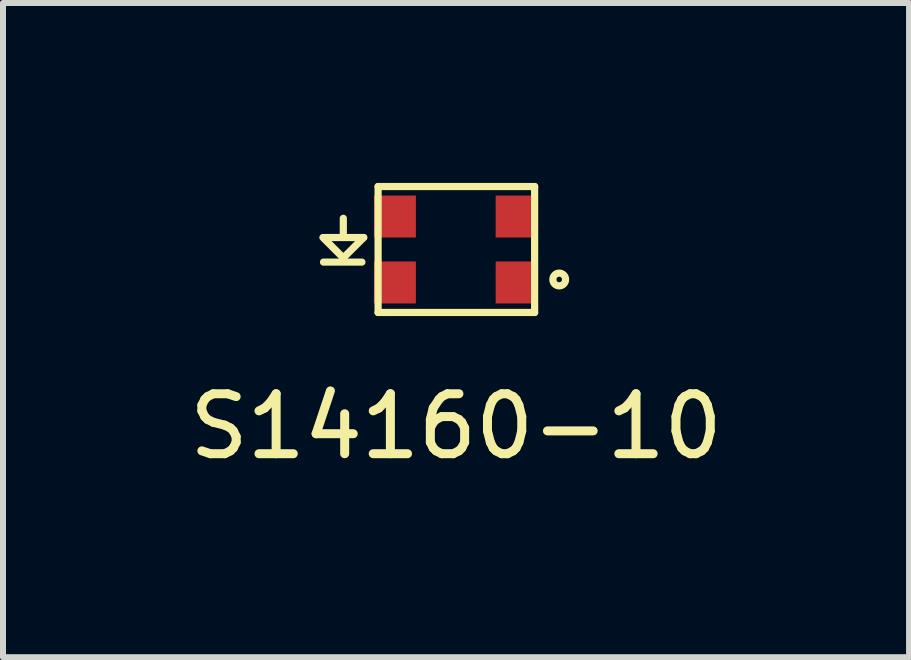
<source format=kicad_pcb>
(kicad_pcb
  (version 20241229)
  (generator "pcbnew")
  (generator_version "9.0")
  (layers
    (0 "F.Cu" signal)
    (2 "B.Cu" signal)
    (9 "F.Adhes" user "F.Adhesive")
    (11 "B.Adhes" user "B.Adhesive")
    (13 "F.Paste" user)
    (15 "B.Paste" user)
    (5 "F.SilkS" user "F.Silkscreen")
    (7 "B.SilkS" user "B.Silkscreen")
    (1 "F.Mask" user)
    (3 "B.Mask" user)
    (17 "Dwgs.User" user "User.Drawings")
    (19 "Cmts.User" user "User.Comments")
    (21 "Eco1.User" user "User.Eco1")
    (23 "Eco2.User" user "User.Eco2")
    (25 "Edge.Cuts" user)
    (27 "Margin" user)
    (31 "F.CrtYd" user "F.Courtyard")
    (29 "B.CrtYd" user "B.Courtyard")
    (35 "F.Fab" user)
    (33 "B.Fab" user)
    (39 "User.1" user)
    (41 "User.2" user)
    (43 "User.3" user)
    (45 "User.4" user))
  (footprint "S14160-10"
    (layer "F.Cu")
    (at 4.814 1.11)
    (property "Reference" "S14160-10" (at -0.26 2.95 0) (unlocked yes) (layer "F.SilkS") (effects (font (size 1 1) (thickness 0.15))))
    (attr through_hole)
    (fp_line (start -2.47 0.21) (end -1.83 0.21) (stroke (width 0.12) (type solid)) (layer "F.SilkS"))
    (fp_line (start -2.45 -0.2) (end -1.8 -0.2) (stroke (width 0.12) (type solid)) (layer "F.SilkS"))
    (fp_line (start -2.14 -0.24) (end -2.14 -0.52) (stroke (width 0.12) (type solid)) (layer "F.SilkS"))
    (fp_line (start -2.14 0.14) (end -2.48 -0.2) (stroke (width 0.12) (type solid)) (layer "F.SilkS"))
    (fp_line (start -1.8 -0.2) (end -2.14 0.14) (stroke (width 0.12) (type solid)) (layer "F.SilkS"))
    (fp_line (start -1.56 -1.05) (end -1.56 1.05) (stroke (width 0.12) (type solid)) (layer "F.SilkS"))
    (fp_line (start -1.56 1.05) (end 1.05 1.05) (stroke (width 0.12) (type solid)) (layer "F.SilkS"))
    (fp_line (start 1.05 -1.05) (end -1.56 -1.05) (stroke (width 0.12) (type solid)) (layer "F.SilkS"))
    (fp_line (start 1.05 1.05) (end 1.05 -1.05) (stroke (width 0.12) (type solid)) (layer "F.SilkS"))
    (fp_circle (center 1.46 0.5) (end 1.53 0.58) (stroke (width 0.12) (type solid)) (fill no) (layer "F.SilkS"))
    (pad "1" smd rect (at 0.75 0.55) (size 0.7 0.7) (layers "F.Cu" "F.Mask" "F.Paste"))
    (pad "2" smd rect (at -1.28 0.55) (size 0.7 0.7) (layers "F.Cu" "F.Mask" "F.Paste"))
    (pad "3" smd rect (at -1.28 -0.55) (size 0.7 0.7) (layers "F.Cu" "F.Mask" "F.Paste"))
    (pad "4" smd rect (at 0.75 -0.55) (size 0.7 0.7) (layers "F.Cu" "F.Mask" "F.Paste")))
  (gr_rect
    (start -3 -3)
    (end 12.107 7.908)
    (stroke (width 0.1) (type default))
    (fill no)
    (layer "Edge.Cuts")))
</source>
